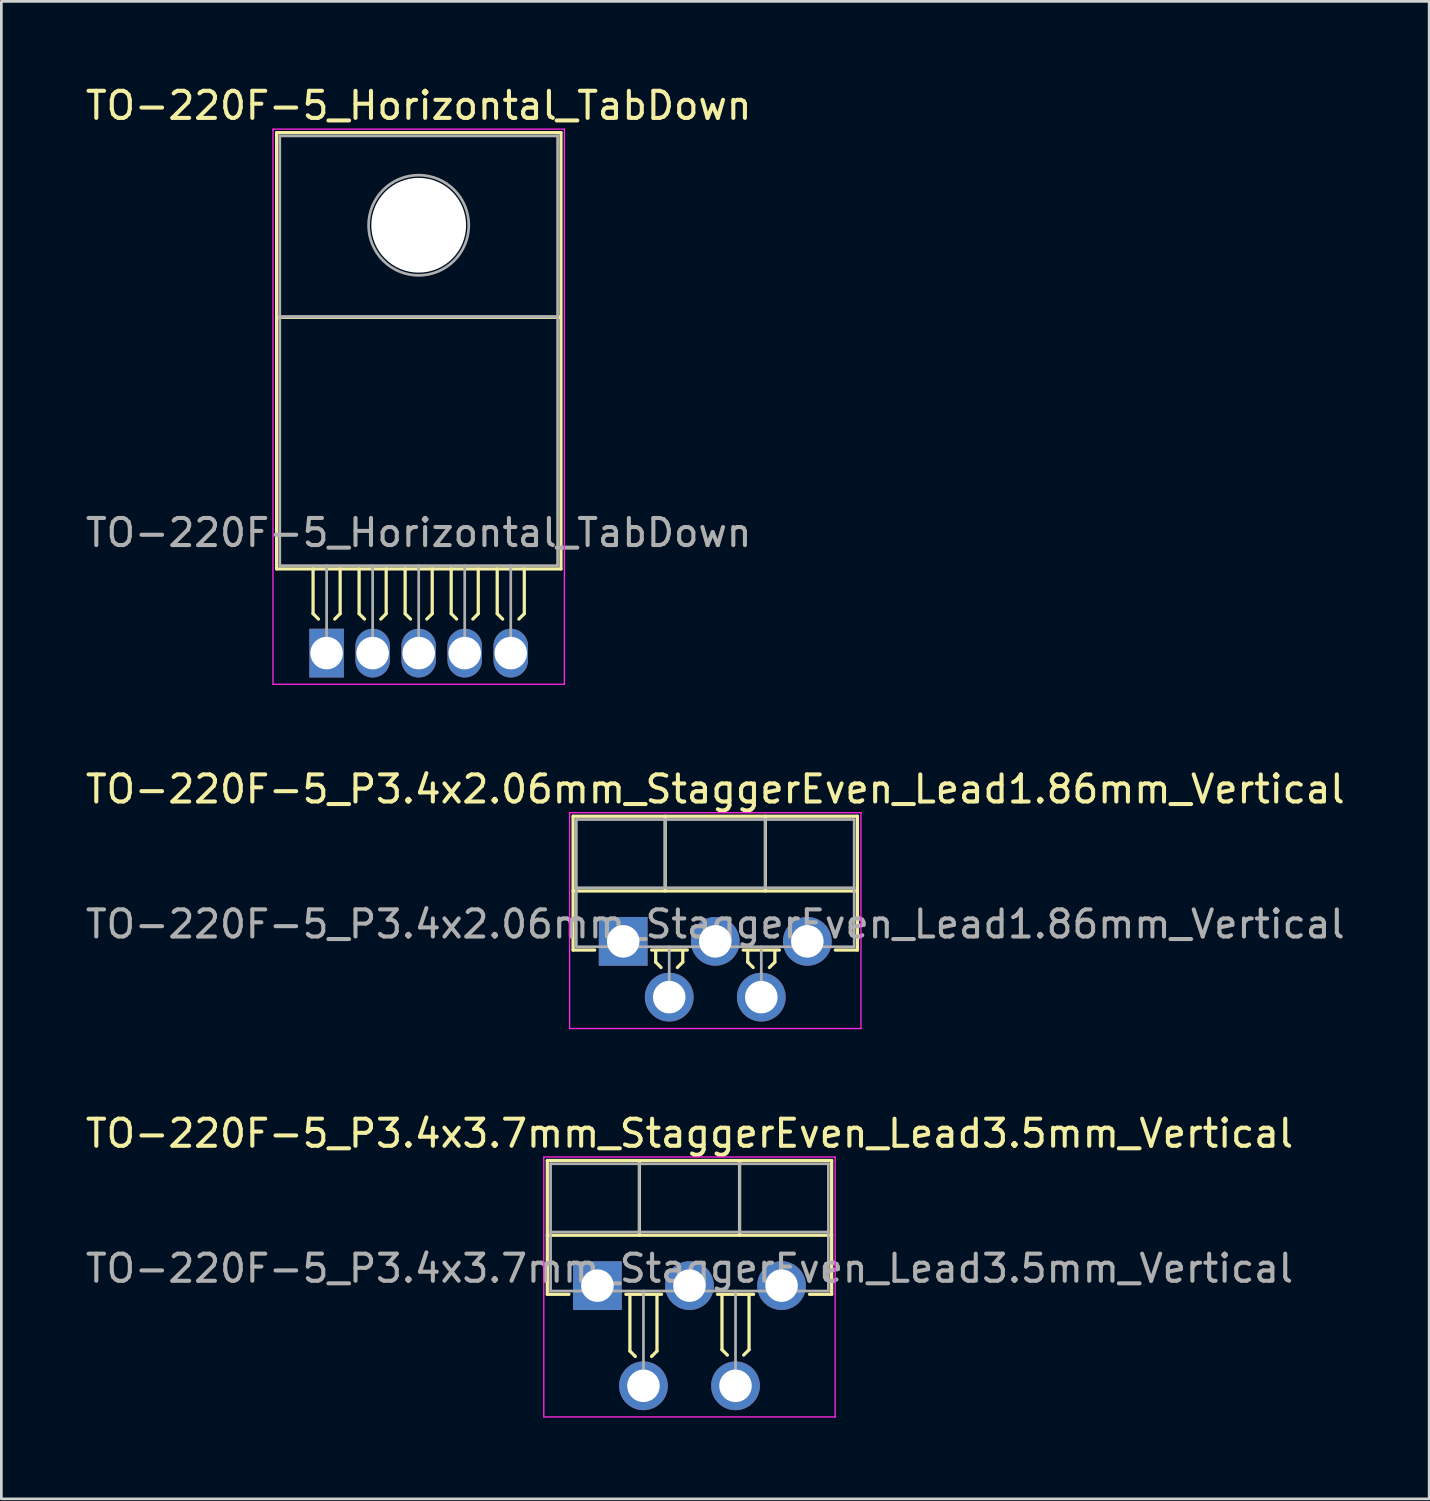
<source format=kicad_pcb>
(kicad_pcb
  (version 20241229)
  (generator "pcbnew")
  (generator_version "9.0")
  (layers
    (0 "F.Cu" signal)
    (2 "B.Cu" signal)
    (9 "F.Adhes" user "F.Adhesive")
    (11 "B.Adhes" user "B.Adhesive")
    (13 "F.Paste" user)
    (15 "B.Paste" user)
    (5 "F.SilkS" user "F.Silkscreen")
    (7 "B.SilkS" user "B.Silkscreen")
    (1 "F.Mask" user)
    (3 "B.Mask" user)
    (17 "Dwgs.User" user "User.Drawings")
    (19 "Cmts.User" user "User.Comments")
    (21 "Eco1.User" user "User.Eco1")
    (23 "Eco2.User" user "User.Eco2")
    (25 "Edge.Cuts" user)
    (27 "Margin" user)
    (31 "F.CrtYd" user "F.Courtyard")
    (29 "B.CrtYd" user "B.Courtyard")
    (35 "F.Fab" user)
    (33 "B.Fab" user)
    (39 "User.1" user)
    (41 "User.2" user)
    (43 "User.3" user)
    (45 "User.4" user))
  (footprint "TO-220F-5_Horizontal_TabDown"
    (layer "F.Cu")
    (at 9.011 21.068)
    (property "Reference" "TO-220F-5_Horizontal_TabDown" (at 3.4 -20.22 0) (layer "F.SilkS") (effects (font (size 1 1) (thickness 0.15))))
    (attr through_hole)
    (fp_line (start -1.846 -19.22) (end -1.846 -3.11) (stroke (width 0.12) (type solid)) (layer "F.SilkS"))
    (fp_line (start -1.846 -19.22) (end 8.654 -19.22) (stroke (width 0.12) (type solid)) (layer "F.SilkS"))
    (fp_line (start -1.846 -3.11) (end 8.654 -3.11) (stroke (width 0.12) (type solid)) (layer "F.SilkS"))
    (fp_line (start -1.836 -12.4) (end 8.614 -12.4) (stroke (width 0.12) (type solid)) (layer "F.SilkS"))
    (fp_line (start -0.5 -3.105) (end -0.5 -1.457) (stroke (width 0.12) (type solid)) (layer "F.SilkS"))
    (fp_line (start -0.5 -1.457) (end -0.3 -1.257) (stroke (width 0.12) (type solid)) (layer "F.SilkS"))
    (fp_line (start 0.5 -3.105) (end 0.5 -1.457) (stroke (width 0.12) (type solid)) (layer "F.SilkS"))
    (fp_line (start 0.5 -1.457) (end 0.3 -1.257) (stroke (width 0.12) (type solid)) (layer "F.SilkS"))
    (fp_line (start 1.2 -3.105) (end 1.2 -1.457) (stroke (width 0.12) (type solid)) (layer "F.SilkS"))
    (fp_line (start 1.2 -1.457) (end 1.4 -1.257) (stroke (width 0.12) (type solid)) (layer "F.SilkS"))
    (fp_line (start 2.2 -3.105) (end 2.2 -1.457) (stroke (width 0.12) (type solid)) (layer "F.SilkS"))
    (fp_line (start 2.2 -1.457) (end 2 -1.257) (stroke (width 0.12) (type solid)) (layer "F.SilkS"))
    (fp_line (start 2.9 -3.105) (end 2.9 -1.457) (stroke (width 0.12) (type solid)) (layer "F.SilkS"))
    (fp_line (start 2.9 -1.457) (end 3.1 -1.257) (stroke (width 0.12) (type solid)) (layer "F.SilkS"))
    (fp_line (start 3.9 -3.105) (end 3.9 -1.457) (stroke (width 0.12) (type solid)) (layer "F.SilkS"))
    (fp_line (start 3.9 -1.457) (end 3.7 -1.257) (stroke (width 0.12) (type solid)) (layer "F.SilkS"))
    (fp_line (start 4.6 -3.105) (end 4.6 -1.457) (stroke (width 0.12) (type solid)) (layer "F.SilkS"))
    (fp_line (start 4.6 -1.457) (end 4.8 -1.257) (stroke (width 0.12) (type solid)) (layer "F.SilkS"))
    (fp_line (start 5.6 -3.105) (end 5.6 -1.457) (stroke (width 0.12) (type solid)) (layer "F.SilkS"))
    (fp_line (start 5.6 -1.457) (end 5.4 -1.257) (stroke (width 0.12) (type solid)) (layer "F.SilkS"))
    (fp_line (start 6.3 -3.105) (end 6.3 -1.457) (stroke (width 0.12) (type solid)) (layer "F.SilkS"))
    (fp_line (start 6.3 -1.457) (end 6.5 -1.257) (stroke (width 0.12) (type solid)) (layer "F.SilkS"))
    (fp_line (start 7.3 -3.105) (end 7.3 -1.457) (stroke (width 0.12) (type solid)) (layer "F.SilkS"))
    (fp_line (start 7.3 -1.457) (end 7.1 -1.257) (stroke (width 0.12) (type solid)) (layer "F.SilkS"))
    (fp_line (start 8.654 -19.22) (end 8.654 -3.11) (stroke (width 0.12) (type solid)) (layer "F.SilkS"))
    (fp_line (start -1.98 -19.35) (end -1.98 1.15) (stroke (width 0.05) (type solid)) (layer "F.CrtYd"))
    (fp_line (start -1.98 1.15) (end 8.78 1.15) (stroke (width 0.05) (type solid)) (layer "F.CrtYd"))
    (fp_line (start 8.78 -19.35) (end -1.98 -19.35) (stroke (width 0.05) (type solid)) (layer "F.CrtYd"))
    (fp_line (start 8.78 1.15) (end 8.78 -19.35) (stroke (width 0.05) (type solid)) (layer "F.CrtYd"))
    (fp_line (start -1.73 -19.1) (end 8.53 -19.1) (stroke (width 0.1) (type solid)) (layer "F.Fab"))
    (fp_line (start -1.73 -12.42) (end -1.73 -19.1) (stroke (width 0.1) (type solid)) (layer "F.Fab"))
    (fp_line (start -1.73 -12.42) (end 8.53 -12.42) (stroke (width 0.1) (type solid)) (layer "F.Fab"))
    (fp_line (start -1.73 -3.23) (end -1.73 -12.42) (stroke (width 0.1) (type solid)) (layer "F.Fab"))
    (fp_line (start 0 -3.23) (end 0 0) (stroke (width 0.1) (type solid)) (layer "F.Fab"))
    (fp_line (start 1.7 -3.23) (end 1.7 0) (stroke (width 0.1) (type solid)) (layer "F.Fab"))
    (fp_line (start 3.4 -3.23) (end 3.4 0) (stroke (width 0.1) (type solid)) (layer "F.Fab"))
    (fp_line (start 5.1 -3.23) (end 5.1 0) (stroke (width 0.1) (type solid)) (layer "F.Fab"))
    (fp_line (start 6.8 -3.23) (end 6.8 0) (stroke (width 0.1) (type solid)) (layer "F.Fab"))
    (fp_line (start 8.53 -19.1) (end 8.53 -12.42) (stroke (width 0.1) (type solid)) (layer "F.Fab"))
    (fp_line (start 8.53 -12.42) (end -1.73 -12.42) (stroke (width 0.1) (type solid)) (layer "F.Fab"))
    (fp_line (start 8.53 -12.42) (end 8.53 -3.23) (stroke (width 0.1) (type solid)) (layer "F.Fab"))
    (fp_line (start 8.53 -3.23) (end -1.73 -3.23) (stroke (width 0.1) (type solid)) (layer "F.Fab"))
    (fp_circle (center 3.4 -15.8) (end 5.25 -15.8) (stroke (width 0.1) (type solid)) (fill no) (layer "F.Fab"))
    (fp_text user "${REFERENCE}" (at 3.4 -4.445 0) (layer "F.Fab") (effects (font (size 1 1) (thickness 0.15))))
    (pad "" np_thru_hole oval (at 3.4 -15.8) (size 3.5 3.5) (drill 3.5) (layers "*.Cu" "*.Mask"))
    (pad "1" thru_hole rect (at 0 0) (size 1.275 1.8) (drill 1.2) (layers "*.Cu" "*.Mask"))
    (pad "2" thru_hole oval (at 1.7 0) (size 1.275 1.8) (drill 1.2) (layers "*.Cu" "*.Mask"))
    (pad "3" thru_hole oval (at 3.4 0) (size 1.275 1.8) (drill 1.2) (layers "*.Cu" "*.Mask"))
    (pad "4" thru_hole oval (at 5.1 0) (size 1.275 1.8) (drill 1.2) (layers "*.Cu" "*.Mask"))
    (pad "5" thru_hole oval (at 6.8 0) (size 1.275 1.8) (drill 1.2) (layers "*.Cu" "*.Mask")))
  (footprint "TO-220F-5_P3.4x2.06mm_StaggerEven_Lead1.86mm_Vertical"
    (layer "F.Cu")
    (at 19.963 31.712)
    (property "Reference" "TO-220F-5_P3.4x2.06mm_StaggerEven_Lead1.86mm_Vertical" (at 3.4 -5.62 0) (layer "F.SilkS") (effects (font (size 1 1) (thickness 0.15))))
    (attr through_hole)
    (fp_line (start -1.85 -4.62) (end -1.85 0.321) (stroke (width 0.12) (type solid)) (layer "F.SilkS"))
    (fp_line (start -1.85 -4.62) (end 8.65 -4.62) (stroke (width 0.12) (type solid)) (layer "F.SilkS"))
    (fp_line (start -1.85 -1.861) (end 8.65 -1.861) (stroke (width 0.12) (type solid)) (layer "F.SilkS"))
    (fp_line (start -1.85 0.321) (end -1.05 0.321) (stroke (width 0.12) (type solid)) (layer "F.SilkS"))
    (fp_line (start 1.05 0.321) (end 2.369 0.321) (stroke (width 0.12) (type solid)) (layer "F.SilkS"))
    (fp_line (start 1.2 0.35) (end 1.2 0.766) (stroke (width 0.12) (type solid)) (layer "F.SilkS"))
    (fp_line (start 1.2 0.766) (end 1.4 0.966) (stroke (width 0.12) (type solid)) (layer "F.SilkS"))
    (fp_line (start 1.55 -4.62) (end 1.55 -1.861) (stroke (width 0.12) (type solid)) (layer "F.SilkS"))
    (fp_line (start 2.2 0.35) (end 2.2 0.766) (stroke (width 0.12) (type solid)) (layer "F.SilkS"))
    (fp_line (start 2.2 0.766) (end 2 0.966) (stroke (width 0.12) (type solid)) (layer "F.SilkS"))
    (fp_line (start 4.432 0.321) (end 5.769 0.321) (stroke (width 0.12) (type solid)) (layer "F.SilkS"))
    (fp_line (start 4.6 0.35) (end 4.6 0.766) (stroke (width 0.12) (type solid)) (layer "F.SilkS"))
    (fp_line (start 4.6 0.766) (end 4.8 0.966) (stroke (width 0.12) (type solid)) (layer "F.SilkS"))
    (fp_line (start 5.25 -4.62) (end 5.25 -1.861) (stroke (width 0.12) (type solid)) (layer "F.SilkS"))
    (fp_line (start 5.6 0.35) (end 5.6 0.766) (stroke (width 0.12) (type solid)) (layer "F.SilkS"))
    (fp_line (start 5.6 0.766) (end 5.4 0.966) (stroke (width 0.12) (type solid)) (layer "F.SilkS"))
    (fp_line (start 7.832 0.321) (end 8.65 0.321) (stroke (width 0.12) (type solid)) (layer "F.SilkS"))
    (fp_line (start 8.65 -4.62) (end 8.65 0.321) (stroke (width 0.12) (type solid)) (layer "F.SilkS"))
    (fp_line (start -1.98 -4.75) (end -1.98 3.22) (stroke (width 0.05) (type solid)) (layer "F.CrtYd"))
    (fp_line (start -1.98 3.22) (end 8.78 3.22) (stroke (width 0.05) (type solid)) (layer "F.CrtYd"))
    (fp_line (start 8.78 -4.75) (end -1.98 -4.75) (stroke (width 0.05) (type solid)) (layer "F.CrtYd"))
    (fp_line (start 8.78 3.22) (end 8.78 -4.75) (stroke (width 0.05) (type solid)) (layer "F.CrtYd"))
    (fp_line (start -1.73 -4.5) (end -1.73 0.2) (stroke (width 0.1) (type solid)) (layer "F.Fab"))
    (fp_line (start -1.73 -1.98) (end 8.53 -1.98) (stroke (width 0.1) (type solid)) (layer "F.Fab"))
    (fp_line (start -1.73 0.2) (end 8.53 0.2) (stroke (width 0.1) (type solid)) (layer "F.Fab"))
    (fp_line (start 1.55 -4.5) (end 1.55 -1.98) (stroke (width 0.1) (type solid)) (layer "F.Fab"))
    (fp_line (start 1.7 0.2) (end 1.7 2.06) (stroke (width 0.1) (type solid)) (layer "F.Fab"))
    (fp_line (start 5.1 0.2) (end 5.1 2.06) (stroke (width 0.1) (type solid)) (layer "F.Fab"))
    (fp_line (start 5.25 -4.5) (end 5.25 -1.98) (stroke (width 0.1) (type solid)) (layer "F.Fab"))
    (fp_line (start 8.53 -4.5) (end -1.73 -4.5) (stroke (width 0.1) (type solid)) (layer "F.Fab"))
    (fp_line (start 8.53 0.2) (end 8.53 -4.5) (stroke (width 0.1) (type solid)) (layer "F.Fab"))
    (fp_text user "${REFERENCE}" (at 3.4 -0.635 0) (layer "F.Fab") (effects (font (size 1 1) (thickness 0.15))))
    (pad "1" thru_hole rect (at 0 0) (size 1.8 1.8) (drill 1.2) (layers "*.Cu" "*.Mask"))
    (pad "2" thru_hole oval (at 1.7 2.06) (size 1.8 1.8) (drill 1.2) (layers "*.Cu" "*.Mask"))
    (pad "3" thru_hole oval (at 3.4 0) (size 1.8 1.8) (drill 1.2) (layers "*.Cu" "*.Mask"))
    (pad "4" thru_hole oval (at 5.1 2.06) (size 1.8 1.8) (drill 1.2) (layers "*.Cu" "*.Mask"))
    (pad "5" thru_hole oval (at 6.8 0) (size 1.8 1.8) (drill 1.2) (layers "*.Cu" "*.Mask")))
  (footprint "TO-220F-5_P3.4x3.7mm_StaggerEven_Lead3.5mm_Vertical"
    (layer "F.Cu")
    (at 19.011 44.425)
    (property "Reference" "TO-220F-5_P3.4x3.7mm_StaggerEven_Lead3.5mm_Vertical" (at 3.4 -5.62 0) (layer "F.SilkS") (effects (font (size 1 1) (thickness 0.15))))
    (attr through_hole)
    (fp_line (start -1.85 -4.62) (end -1.85 0.321) (stroke (width 0.12) (type solid)) (layer "F.SilkS"))
    (fp_line (start -1.85 -4.62) (end 8.65 -4.62) (stroke (width 0.12) (type solid)) (layer "F.SilkS"))
    (fp_line (start -1.85 -1.861) (end 8.65 -1.861) (stroke (width 0.12) (type solid)) (layer "F.SilkS"))
    (fp_line (start -1.85 0.321) (end -1.05 0.321) (stroke (width 0.12) (type solid)) (layer "F.SilkS"))
    (fp_line (start 1.05 0.321) (end 2.369 0.321) (stroke (width 0.12) (type solid)) (layer "F.SilkS"))
    (fp_line (start 1.2 0.387) (end 1.2 2.416) (stroke (width 0.12) (type solid)) (layer "F.SilkS"))
    (fp_line (start 1.2 2.416) (end 1.4 2.616) (stroke (width 0.12) (type solid)) (layer "F.SilkS"))
    (fp_line (start 1.55 -4.62) (end 1.55 -1.861) (stroke (width 0.12) (type solid)) (layer "F.SilkS"))
    (fp_line (start 2.2 0.387) (end 2.2 2.416) (stroke (width 0.12) (type solid)) (layer "F.SilkS"))
    (fp_line (start 2.2 2.416) (end 2 2.616) (stroke (width 0.12) (type solid)) (layer "F.SilkS"))
    (fp_line (start 4.432 0.321) (end 5.769 0.321) (stroke (width 0.12) (type solid)) (layer "F.SilkS"))
    (fp_line (start 4.6 0.337) (end 4.6 2.366) (stroke (width 0.12) (type solid)) (layer "F.SilkS"))
    (fp_line (start 4.6 2.366) (end 4.8 2.566) (stroke (width 0.12) (type solid)) (layer "F.SilkS"))
    (fp_line (start 5.25 -4.62) (end 5.25 -1.861) (stroke (width 0.12) (type solid)) (layer "F.SilkS"))
    (fp_line (start 5.6 0.337) (end 5.6 2.366) (stroke (width 0.12) (type solid)) (layer "F.SilkS"))
    (fp_line (start 5.6 2.366) (end 5.4 2.566) (stroke (width 0.12) (type solid)) (layer "F.SilkS"))
    (fp_line (start 7.832 0.321) (end 8.65 0.321) (stroke (width 0.12) (type solid)) (layer "F.SilkS"))
    (fp_line (start 8.65 -4.62) (end 8.65 0.321) (stroke (width 0.12) (type solid)) (layer "F.SilkS"))
    (fp_line (start -1.98 -4.75) (end -1.98 4.85) (stroke (width 0.05) (type solid)) (layer "F.CrtYd"))
    (fp_line (start -1.98 4.85) (end 8.78 4.85) (stroke (width 0.05) (type solid)) (layer "F.CrtYd"))
    (fp_line (start 8.78 -4.75) (end -1.98 -4.75) (stroke (width 0.05) (type solid)) (layer "F.CrtYd"))
    (fp_line (start 8.78 4.85) (end 8.78 -4.75) (stroke (width 0.05) (type solid)) (layer "F.CrtYd"))
    (fp_line (start -1.73 -4.5) (end -1.73 0.2) (stroke (width 0.1) (type solid)) (layer "F.Fab"))
    (fp_line (start -1.73 -1.98) (end 8.53 -1.98) (stroke (width 0.1) (type solid)) (layer "F.Fab"))
    (fp_line (start -1.73 0.2) (end 8.53 0.2) (stroke (width 0.1) (type solid)) (layer "F.Fab"))
    (fp_line (start 1.55 -4.5) (end 1.55 -1.98) (stroke (width 0.1) (type solid)) (layer "F.Fab"))
    (fp_line (start 1.7 0.2) (end 1.7 3.7) (stroke (width 0.1) (type solid)) (layer "F.Fab"))
    (fp_line (start 5.1 0.2) (end 5.1 3.7) (stroke (width 0.1) (type solid)) (layer "F.Fab"))
    (fp_line (start 5.25 -4.5) (end 5.25 -1.98) (stroke (width 0.1) (type solid)) (layer "F.Fab"))
    (fp_line (start 8.53 -4.5) (end -1.73 -4.5) (stroke (width 0.1) (type solid)) (layer "F.Fab"))
    (fp_line (start 8.53 0.2) (end 8.53 -4.5) (stroke (width 0.1) (type solid)) (layer "F.Fab"))
    (fp_text user "${REFERENCE}" (at 3.4 -0.635 0) (layer "F.Fab") (effects (font (size 1 1) (thickness 0.15))))
    (pad "1" thru_hole rect (at 0 0) (size 1.8 1.8) (drill 1.2) (layers "*.Cu" "*.Mask"))
    (pad "2" thru_hole oval (at 1.7 3.7) (size 1.8 1.8) (drill 1.2) (layers "*.Cu" "*.Mask"))
    (pad "3" thru_hole oval (at 3.4 0) (size 1.8 1.8) (drill 1.2) (layers "*.Cu" "*.Mask"))
    (pad "4" thru_hole oval (at 5.1 3.7) (size 1.8 1.8) (drill 1.2) (layers "*.Cu" "*.Mask"))
    (pad "5" thru_hole oval (at 6.8 0) (size 1.8 1.8) (drill 1.2) (layers "*.Cu" "*.Mask")))
  (gr_rect
    (start -3 -3)
    (end 49.726 52.3)
    (stroke (width 0.1) (type default))
    (fill no)
    (layer "Edge.Cuts")))
</source>
